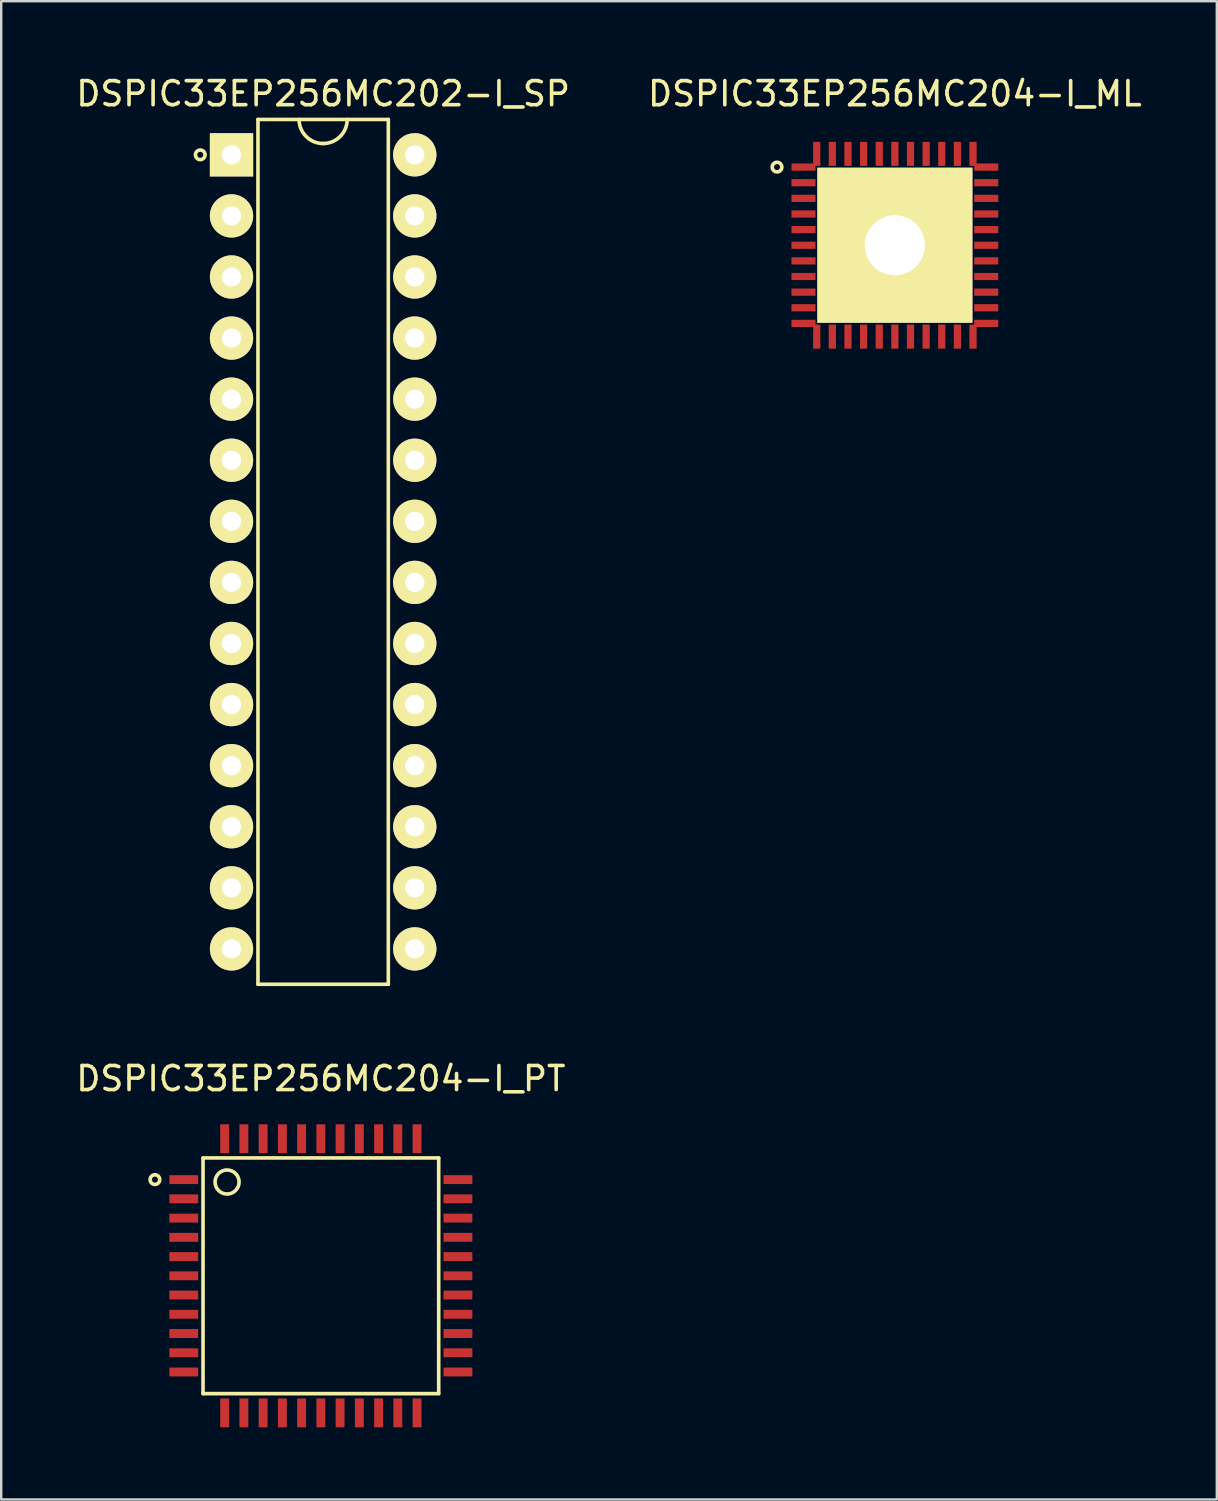
<source format=kicad_pcb>
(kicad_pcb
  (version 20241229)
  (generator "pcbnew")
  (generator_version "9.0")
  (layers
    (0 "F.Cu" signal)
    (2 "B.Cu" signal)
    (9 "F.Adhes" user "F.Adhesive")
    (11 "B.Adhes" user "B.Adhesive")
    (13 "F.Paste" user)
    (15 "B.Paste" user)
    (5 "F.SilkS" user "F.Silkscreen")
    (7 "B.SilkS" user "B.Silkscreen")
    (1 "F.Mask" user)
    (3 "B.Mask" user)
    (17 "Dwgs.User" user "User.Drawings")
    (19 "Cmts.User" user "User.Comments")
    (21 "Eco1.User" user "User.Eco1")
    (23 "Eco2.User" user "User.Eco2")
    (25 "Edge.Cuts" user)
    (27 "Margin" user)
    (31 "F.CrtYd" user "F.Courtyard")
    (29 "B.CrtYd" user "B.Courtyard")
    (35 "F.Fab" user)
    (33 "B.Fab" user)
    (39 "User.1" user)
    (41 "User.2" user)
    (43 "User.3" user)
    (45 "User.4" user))
  (footprint "DSPIC33EP256MC202-I_SP"
    (layer "F.Cu")
    (at 6.577 3.388)
    (property "Reference" "DSPIC33EP256MC202-I_SP" (at 3.81 -2.54 0) (layer "F.SilkS") (effects (font (size 1 1) (thickness 0.15))))
    (attr through_hole)
    (fp_line (start 1.1 -1.47) (end 6.52 -1.47) (stroke (width 0.15) (type solid)) (layer "F.SilkS"))
    (fp_line (start 1.1 34.49) (end 1.1 -1.47) (stroke (width 0.15) (type solid)) (layer "F.SilkS"))
    (fp_line (start 6.52 -1.47) (end 6.52 34.49) (stroke (width 0.15) (type solid)) (layer "F.SilkS"))
    (fp_line (start 6.52 34.49) (end 1.1 34.49) (stroke (width 0.15) (type solid)) (layer "F.SilkS"))
    (fp_arc (start 3.81 -0.47) (mid 3.102893 -0.762893) (end 2.81 -1.47) (stroke (width 0.15) (type solid)) (layer "F.SilkS"))
    (fp_arc (start 4.81 -1.47) (mid 4.517107 -0.762893) (end 3.81 -0.47) (stroke (width 0.15) (type solid)) (layer "F.SilkS"))
    (fp_circle (center -1.3 0) (end -1.3 0.2) (stroke (width 0.15) (type solid)) (fill no) (layer "F.SilkS"))
    (pad "1" thru_hole rect (at 0 0) (size 1.8 1.8) (drill 0.8) (layers "*.Cu" "*.Mask" "F.SilkS"))
    (pad "2" thru_hole circle (at 0 2.54) (size 1.8 1.8) (drill 0.8) (layers "*.Cu" "*.Mask" "F.SilkS"))
    (pad "3" thru_hole circle (at 0 5.08) (size 1.8 1.8) (drill 0.8) (layers "*.Cu" "*.Mask" "F.SilkS"))
    (pad "4" thru_hole circle (at 0 7.62) (size 1.8 1.8) (drill 0.8) (layers "*.Cu" "*.Mask" "F.SilkS"))
    (pad "5" thru_hole circle (at 0 10.16) (size 1.8 1.8) (drill 0.8) (layers "*.Cu" "*.Mask" "F.SilkS"))
    (pad "6" thru_hole circle (at 0 12.7) (size 1.8 1.8) (drill 0.8) (layers "*.Cu" "*.Mask" "F.SilkS"))
    (pad "7" thru_hole circle (at 0 15.24) (size 1.8 1.8) (drill 0.8) (layers "*.Cu" "*.Mask" "F.SilkS"))
    (pad "8" thru_hole circle (at 0 17.78) (size 1.8 1.8) (drill 0.8) (layers "*.Cu" "*.Mask" "F.SilkS"))
    (pad "9" thru_hole circle (at 0 20.32) (size 1.8 1.8) (drill 0.8) (layers "*.Cu" "*.Mask" "F.SilkS"))
    (pad "10" thru_hole circle (at 0 22.86) (size 1.8 1.8) (drill 0.8) (layers "*.Cu" "*.Mask" "F.SilkS"))
    (pad "11" thru_hole circle (at 0 25.4) (size 1.8 1.8) (drill 0.8) (layers "*.Cu" "*.Mask" "F.SilkS"))
    (pad "12" thru_hole circle (at 0 27.94) (size 1.8 1.8) (drill 0.8) (layers "*.Cu" "*.Mask" "F.SilkS"))
    (pad "13" thru_hole circle (at 0 30.48) (size 1.8 1.8) (drill 0.8) (layers "*.Cu" "*.Mask" "F.SilkS"))
    (pad "14" thru_hole circle (at 0 33.02) (size 1.8 1.8) (drill 0.8) (layers "*.Cu" "*.Mask" "F.SilkS"))
    (pad "15" thru_hole circle (at 7.62 33.02) (size 1.8 1.8) (drill 0.8) (layers "*.Cu" "*.Mask" "F.SilkS"))
    (pad "16" thru_hole circle (at 7.62 30.48) (size 1.8 1.8) (drill 0.8) (layers "*.Cu" "*.Mask" "F.SilkS"))
    (pad "17" thru_hole circle (at 7.62 27.94) (size 1.8 1.8) (drill 0.8) (layers "*.Cu" "*.Mask" "F.SilkS"))
    (pad "18" thru_hole circle (at 7.62 25.4) (size 1.8 1.8) (drill 0.8) (layers "*.Cu" "*.Mask" "F.SilkS"))
    (pad "19" thru_hole circle (at 7.62 22.86) (size 1.8 1.8) (drill 0.8) (layers "*.Cu" "*.Mask" "F.SilkS"))
    (pad "20" thru_hole circle (at 7.62 20.32) (size 1.8 1.8) (drill 0.8) (layers "*.Cu" "*.Mask" "F.SilkS"))
    (pad "21" thru_hole circle (at 7.62 17.78) (size 1.8 1.8) (drill 0.8) (layers "*.Cu" "*.Mask" "F.SilkS"))
    (pad "22" thru_hole circle (at 7.62 15.24) (size 1.8 1.8) (drill 0.8) (layers "*.Cu" "*.Mask" "F.SilkS"))
    (pad "23" thru_hole circle (at 7.62 12.7) (size 1.8 1.8) (drill 0.8) (layers "*.Cu" "*.Mask" "F.SilkS"))
    (pad "24" thru_hole circle (at 7.62 10.16) (size 1.8 1.8) (drill 0.8) (layers "*.Cu" "*.Mask" "F.SilkS"))
    (pad "25" thru_hole circle (at 7.62 7.62) (size 1.8 1.8) (drill 0.8) (layers "*.Cu" "*.Mask" "F.SilkS"))
    (pad "26" thru_hole circle (at 7.62 5.08) (size 1.8 1.8) (drill 0.8) (layers "*.Cu" "*.Mask" "F.SilkS"))
    (pad "27" thru_hole circle (at 7.62 2.54) (size 1.8 1.8) (drill 0.8) (layers "*.Cu" "*.Mask" "F.SilkS"))
    (pad "28" thru_hole circle (at 7.62 0) (size 1.8 1.8) (drill 0.8) (layers "*.Cu" "*.Mask" "F.SilkS")))
  (footprint "DSPIC33EP256MC204-I_ML"
    (layer "F.Cu")
    (at 30.361 3.348)
    (property "Reference" "DSPIC33EP256MC204-I_ML" (at 3.8 -2.5 0) (layer "F.SilkS") (effects (font (size 1 1) (thickness 0.15))))
    (attr through_hole)
    (fp_line (start 0.7 0.7) (end 0.7 6.9) (stroke (width 0.15) (type solid)) (layer "F.SilkS"))
    (fp_line (start 0.7 0.7) (end 6.9 0.7) (stroke (width 0.15) (type solid)) (layer "F.SilkS"))
    (fp_line (start 0.7 6.9) (end 6.9 6.9) (stroke (width 0.15) (type solid)) (layer "F.SilkS"))
    (fp_line (start 6.9 6.9) (end 6.9 0.7) (stroke (width 0.15) (type solid)) (layer "F.SilkS"))
    (fp_circle (center -1.1 0.55) (end -1.1 0.35) (stroke (width 0.15) (type solid)) (fill no) (layer "F.SilkS"))
    (fp_circle (center 1.7 1.7) (end 1.7 1.2) (stroke (width 0.15) (type solid)) (fill no) (layer "F.SilkS"))
    (pad "1" smd rect (at 0 0.55) (size 1 0.3) (layers "F.Cu" "F.Mask" "F.Paste"))
    (pad "2" smd rect (at 0 1.2) (size 1 0.3) (layers "F.Cu" "F.Mask" "F.Paste"))
    (pad "3" smd rect (at 0 1.85) (size 1 0.3) (layers "F.Cu" "F.Mask" "F.Paste"))
    (pad "4" smd rect (at 0 2.5) (size 1 0.3) (layers "F.Cu" "F.Mask" "F.Paste"))
    (pad "5" smd rect (at 0 3.15) (size 1 0.3) (layers "F.Cu" "F.Mask" "F.Paste"))
    (pad "6" smd rect (at 0 3.8) (size 1 0.3) (layers "F.Cu" "F.Mask" "F.Paste"))
    (pad "7" smd rect (at 0 4.45) (size 1 0.3) (layers "F.Cu" "F.Mask" "F.Paste"))
    (pad "8" smd rect (at 0 5.1) (size 1 0.3) (layers "F.Cu" "F.Mask" "F.Paste"))
    (pad "9" smd rect (at 0 5.75) (size 1 0.3) (layers "F.Cu" "F.Mask" "F.Paste"))
    (pad "10" smd rect (at 0 6.4) (size 1 0.3) (layers "F.Cu" "F.Mask" "F.Paste"))
    (pad "11" smd rect (at 0 7.05) (size 1 0.3) (layers "F.Cu" "F.Mask" "F.Paste"))
    (pad "12" smd rect (at 0.55 7.6) (size 0.3 1) (layers "F.Cu" "F.Mask" "F.Paste"))
    (pad "13" smd rect (at 1.2 7.6) (size 0.3 1) (layers "F.Cu" "F.Mask" "F.Paste"))
    (pad "14" smd rect (at 1.85 7.6) (size 0.3 1) (layers "F.Cu" "F.Mask" "F.Paste"))
    (pad "15" smd rect (at 2.5 7.6) (size 0.3 1) (layers "F.Cu" "F.Mask" "F.Paste"))
    (pad "16" smd rect (at 3.15 7.6) (size 0.3 1) (layers "F.Cu" "F.Mask" "F.Paste"))
    (pad "17" smd rect (at 3.8 7.6) (size 0.3 1) (layers "F.Cu" "F.Mask" "F.Paste"))
    (pad "18" smd rect (at 4.45 7.6) (size 0.3 1) (layers "F.Cu" "F.Mask" "F.Paste"))
    (pad "19" smd rect (at 5.1 7.6) (size 0.3 1) (layers "F.Cu" "F.Mask" "F.Paste"))
    (pad "20" smd rect (at 5.75 7.6) (size 0.3 1) (layers "F.Cu" "F.Mask" "F.Paste"))
    (pad "21" smd rect (at 6.4 7.6) (size 0.3 1) (layers "F.Cu" "F.Mask" "F.Paste"))
    (pad "22" smd rect (at 7.05 7.6) (size 0.3 1) (layers "F.Cu" "F.Mask" "F.Paste"))
    (pad "23" smd rect (at 7.6 7.05) (size 1 0.3) (layers "F.Cu" "F.Mask" "F.Paste"))
    (pad "24" smd rect (at 7.6 6.4) (size 1 0.3) (layers "F.Cu" "F.Mask" "F.Paste"))
    (pad "25" smd rect (at 7.6 5.75) (size 1 0.3) (layers "F.Cu" "F.Mask" "F.Paste"))
    (pad "26" smd rect (at 7.6 5.1) (size 1 0.3) (layers "F.Cu" "F.Mask" "F.Paste"))
    (pad "27" smd rect (at 7.6 4.45) (size 1 0.3) (layers "F.Cu" "F.Mask" "F.Paste"))
    (pad "28" smd rect (at 7.6 3.8) (size 1 0.3) (layers "F.Cu" "F.Mask" "F.Paste"))
    (pad "29" smd rect (at 7.6 3.15) (size 1 0.3) (layers "F.Cu" "F.Mask" "F.Paste"))
    (pad "30" smd rect (at 7.6 2.5) (size 1 0.3) (layers "F.Cu" "F.Mask" "F.Paste"))
    (pad "31" smd rect (at 7.6 1.85) (size 1 0.3) (layers "F.Cu" "F.Mask" "F.Paste"))
    (pad "32" smd rect (at 7.6 1.2) (size 1 0.3) (layers "F.Cu" "F.Mask" "F.Paste"))
    (pad "33" smd rect (at 7.6 0.55) (size 1 0.3) (layers "F.Cu" "F.Mask" "F.Paste"))
    (pad "34" smd rect (at 7.05 0) (size 0.3 1) (layers "F.Cu" "F.Mask" "F.Paste"))
    (pad "35" smd rect (at 6.4 0) (size 0.3 1) (layers "F.Cu" "F.Mask" "F.Paste"))
    (pad "36" smd rect (at 5.75 0) (size 0.3 1) (layers "F.Cu" "F.Mask" "F.Paste"))
    (pad "37" smd rect (at 5.1 0) (size 0.3 1) (layers "F.Cu" "F.Mask" "F.Paste"))
    (pad "38" smd rect (at 4.45 0) (size 0.3 1) (layers "F.Cu" "F.Mask" "F.Paste"))
    (pad "39" smd rect (at 3.8 0) (size 0.3 1) (layers "F.Cu" "F.Mask" "F.Paste"))
    (pad "40" smd rect (at 3.15 0) (size 0.3 1) (layers "F.Cu" "F.Mask" "F.Paste"))
    (pad "41" smd rect (at 2.5 0) (size 0.3 1) (layers "F.Cu" "F.Mask" "F.Paste"))
    (pad "42" smd rect (at 1.85 0) (size 0.3 1) (layers "F.Cu" "F.Mask" "F.Paste"))
    (pad "43" smd rect (at 1.2 0) (size 0.3 1) (layers "F.Cu" "F.Mask" "F.Paste"))
    (pad "44" smd rect (at 0.55 0) (size 0.3 1) (layers "F.Cu" "F.Mask" "F.Paste"))
    (pad "999" thru_hole rect (at 3.8 3.8) (size 6.45 6.45) (drill 2.5) (layers "*.Cu" "*.Mask" "F.SilkS")))
  (footprint "DSPIC33EP256MC204-I_PT"
    (layer "F.Cu")
    (at 4.592 44.301)
    (property "Reference" "DSPIC33EP256MC204-I_PT" (at 5.7 -2.5 0) (layer "F.SilkS") (effects (font (size 1 1) (thickness 0.15))))
    (attr through_hole)
    (fp_line (start 0.8 0.8) (end 0.8 10.6) (stroke (width 0.15) (type solid)) (layer "F.SilkS"))
    (fp_line (start 0.8 0.8) (end 10.6 0.8) (stroke (width 0.15) (type solid)) (layer "F.SilkS"))
    (fp_line (start 0.8 10.6) (end 10.6 10.6) (stroke (width 0.15) (type solid)) (layer "F.SilkS"))
    (fp_line (start 10.6 10.6) (end 10.6 0.8) (stroke (width 0.15) (type solid)) (layer "F.SilkS"))
    (fp_circle (center -1.2 1.7) (end -1.2 1.5) (stroke (width 0.15) (type solid)) (fill no) (layer "F.SilkS"))
    (fp_circle (center 1.8 1.8) (end 1.8 1.3) (stroke (width 0.15) (type solid)) (fill no) (layer "F.SilkS"))
    (pad "1" smd rect (at 0 1.7) (size 1.2 0.37) (layers "F.Cu" "F.Mask" "F.Paste"))
    (pad "2" smd rect (at 0 2.5) (size 1.2 0.37) (layers "F.Cu" "F.Mask" "F.Paste"))
    (pad "3" smd rect (at 0 3.3) (size 1.2 0.37) (layers "F.Cu" "F.Mask" "F.Paste"))
    (pad "4" smd rect (at 0 4.1) (size 1.2 0.37) (layers "F.Cu" "F.Mask" "F.Paste"))
    (pad "5" smd rect (at 0 4.9) (size 1.2 0.37) (layers "F.Cu" "F.Mask" "F.Paste"))
    (pad "6" smd rect (at 0 5.7) (size 1.2 0.37) (layers "F.Cu" "F.Mask" "F.Paste"))
    (pad "7" smd rect (at 0 6.5) (size 1.2 0.37) (layers "F.Cu" "F.Mask" "F.Paste"))
    (pad "8" smd rect (at 0 7.3) (size 1.2 0.37) (layers "F.Cu" "F.Mask" "F.Paste"))
    (pad "9" smd rect (at 0 8.1) (size 1.2 0.37) (layers "F.Cu" "F.Mask" "F.Paste"))
    (pad "10" smd rect (at 0 8.9) (size 1.2 0.37) (layers "F.Cu" "F.Mask" "F.Paste"))
    (pad "11" smd rect (at 0 9.7) (size 1.2 0.37) (layers "F.Cu" "F.Mask" "F.Paste"))
    (pad "12" smd rect (at 1.7 11.4) (size 0.37 1.2) (layers "F.Cu" "F.Mask" "F.Paste"))
    (pad "13" smd rect (at 2.5 11.4) (size 0.37 1.2) (layers "F.Cu" "F.Mask" "F.Paste"))
    (pad "14" smd rect (at 3.3 11.4) (size 0.37 1.2) (layers "F.Cu" "F.Mask" "F.Paste"))
    (pad "15" smd rect (at 4.1 11.4) (size 0.37 1.2) (layers "F.Cu" "F.Mask" "F.Paste"))
    (pad "16" smd rect (at 4.9 11.4) (size 0.37 1.2) (layers "F.Cu" "F.Mask" "F.Paste"))
    (pad "17" smd rect (at 5.7 11.4) (size 0.37 1.2) (layers "F.Cu" "F.Mask" "F.Paste"))
    (pad "18" smd rect (at 6.5 11.4) (size 0.37 1.2) (layers "F.Cu" "F.Mask" "F.Paste"))
    (pad "19" smd rect (at 7.3 11.4) (size 0.37 1.2) (layers "F.Cu" "F.Mask" "F.Paste"))
    (pad "20" smd rect (at 8.1 11.4) (size 0.37 1.2) (layers "F.Cu" "F.Mask" "F.Paste"))
    (pad "21" smd rect (at 8.9 11.4) (size 0.37 1.2) (layers "F.Cu" "F.Mask" "F.Paste"))
    (pad "22" smd rect (at 9.7 11.4) (size 0.37 1.2) (layers "F.Cu" "F.Mask" "F.Paste"))
    (pad "23" smd rect (at 11.4 9.7) (size 1.2 0.37) (layers "F.Cu" "F.Mask" "F.Paste"))
    (pad "24" smd rect (at 11.4 8.9) (size 1.2 0.37) (layers "F.Cu" "F.Mask" "F.Paste"))
    (pad "25" smd rect (at 11.4 8.1) (size 1.2 0.37) (layers "F.Cu" "F.Mask" "F.Paste"))
    (pad "26" smd rect (at 11.4 7.3) (size 1.2 0.37) (layers "F.Cu" "F.Mask" "F.Paste"))
    (pad "27" smd rect (at 11.4 6.5) (size 1.2 0.37) (layers "F.Cu" "F.Mask" "F.Paste"))
    (pad "28" smd rect (at 11.4 5.7) (size 1.2 0.37) (layers "F.Cu" "F.Mask" "F.Paste"))
    (pad "29" smd rect (at 11.4 4.9) (size 1.2 0.37) (layers "F.Cu" "F.Mask" "F.Paste"))
    (pad "30" smd rect (at 11.4 4.1) (size 1.2 0.37) (layers "F.Cu" "F.Mask" "F.Paste"))
    (pad "31" smd rect (at 11.4 3.3) (size 1.2 0.37) (layers "F.Cu" "F.Mask" "F.Paste"))
    (pad "32" smd rect (at 11.4 2.5) (size 1.2 0.37) (layers "F.Cu" "F.Mask" "F.Paste"))
    (pad "33" smd rect (at 11.4 1.7) (size 1.2 0.37) (layers "F.Cu" "F.Mask" "F.Paste"))
    (pad "34" smd rect (at 9.7 0) (size 0.37 1.2) (layers "F.Cu" "F.Mask" "F.Paste"))
    (pad "35" smd rect (at 8.9 0) (size 0.37 1.2) (layers "F.Cu" "F.Mask" "F.Paste"))
    (pad "36" smd rect (at 8.1 0) (size 0.37 1.2) (layers "F.Cu" "F.Mask" "F.Paste"))
    (pad "37" smd rect (at 7.3 0) (size 0.37 1.2) (layers "F.Cu" "F.Mask" "F.Paste"))
    (pad "38" smd rect (at 6.5 0) (size 0.37 1.2) (layers "F.Cu" "F.Mask" "F.Paste"))
    (pad "39" smd rect (at 5.7 0) (size 0.37 1.2) (layers "F.Cu" "F.Mask" "F.Paste"))
    (pad "40" smd rect (at 4.9 0) (size 0.37 1.2) (layers "F.Cu" "F.Mask" "F.Paste"))
    (pad "41" smd rect (at 4.1 0) (size 0.37 1.2) (layers "F.Cu" "F.Mask" "F.Paste"))
    (pad "42" smd rect (at 3.3 0) (size 0.37 1.2) (layers "F.Cu" "F.Mask" "F.Paste"))
    (pad "43" smd rect (at 2.5 0) (size 0.37 1.2) (layers "F.Cu" "F.Mask" "F.Paste"))
    (pad "44" smd rect (at 1.7 0) (size 0.37 1.2) (layers "F.Cu" "F.Mask" "F.Paste")))
  (gr_rect
    (start -3 -3)
    (end 47.548 59.301)
    (stroke (width 0.1) (type default))
    (fill no)
    (layer "Edge.Cuts")))
</source>
